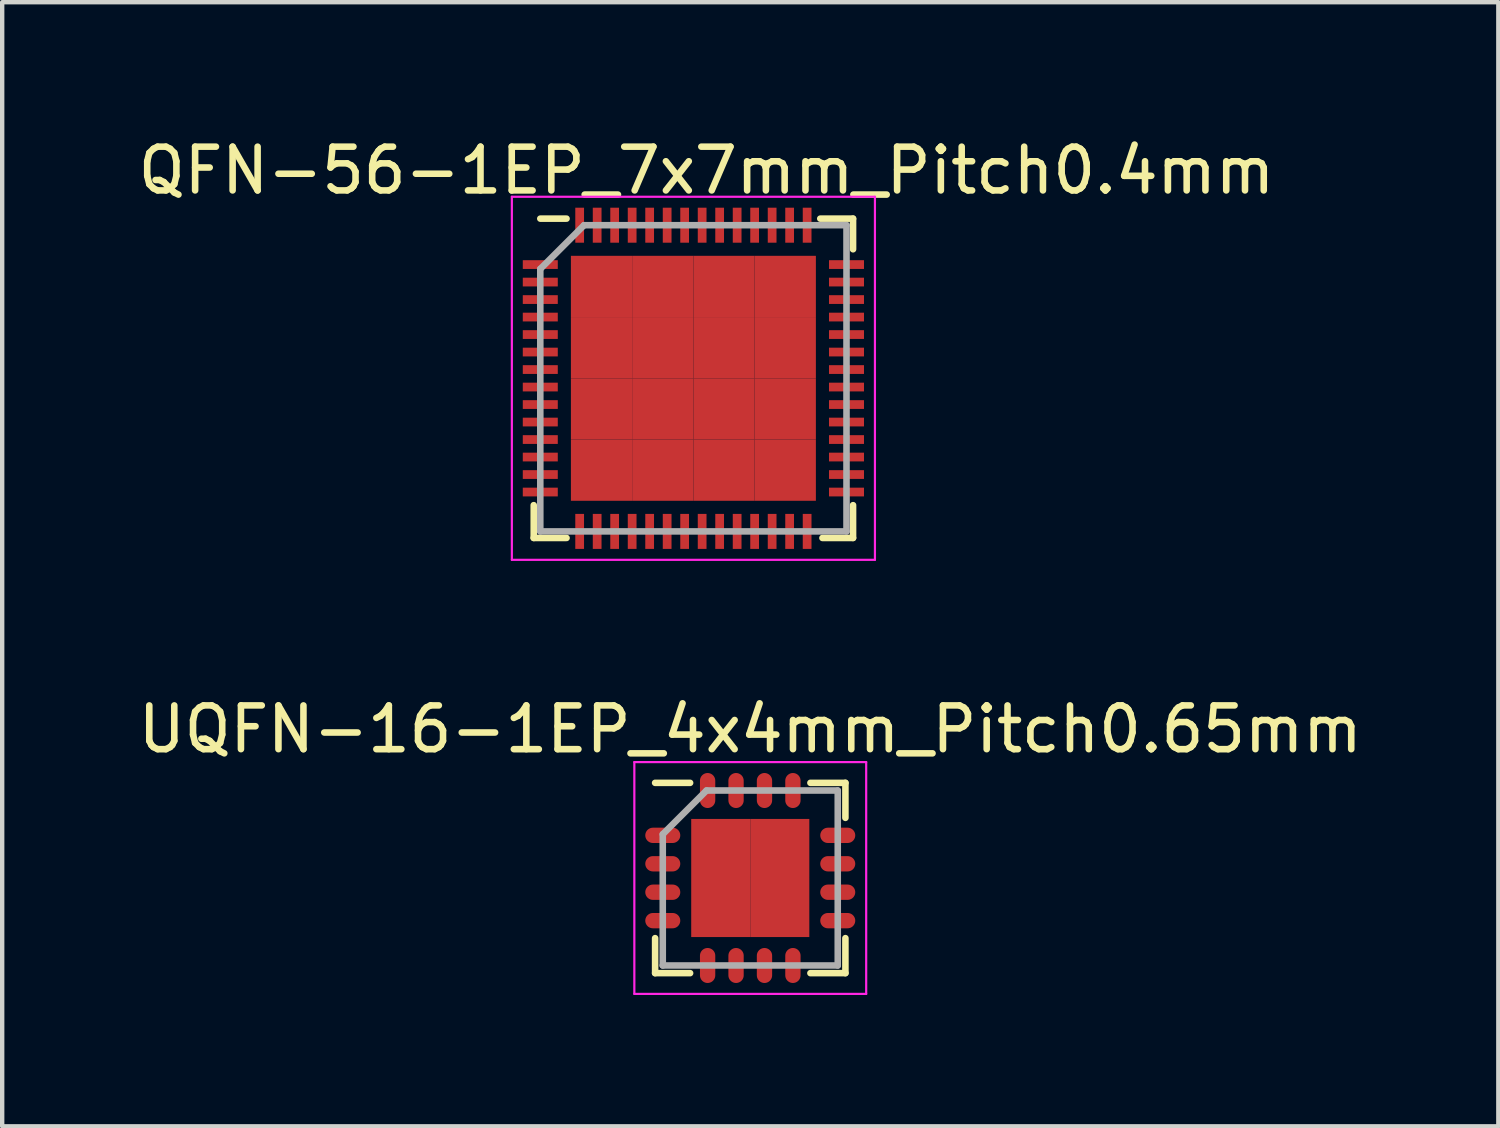
<source format=kicad_pcb>
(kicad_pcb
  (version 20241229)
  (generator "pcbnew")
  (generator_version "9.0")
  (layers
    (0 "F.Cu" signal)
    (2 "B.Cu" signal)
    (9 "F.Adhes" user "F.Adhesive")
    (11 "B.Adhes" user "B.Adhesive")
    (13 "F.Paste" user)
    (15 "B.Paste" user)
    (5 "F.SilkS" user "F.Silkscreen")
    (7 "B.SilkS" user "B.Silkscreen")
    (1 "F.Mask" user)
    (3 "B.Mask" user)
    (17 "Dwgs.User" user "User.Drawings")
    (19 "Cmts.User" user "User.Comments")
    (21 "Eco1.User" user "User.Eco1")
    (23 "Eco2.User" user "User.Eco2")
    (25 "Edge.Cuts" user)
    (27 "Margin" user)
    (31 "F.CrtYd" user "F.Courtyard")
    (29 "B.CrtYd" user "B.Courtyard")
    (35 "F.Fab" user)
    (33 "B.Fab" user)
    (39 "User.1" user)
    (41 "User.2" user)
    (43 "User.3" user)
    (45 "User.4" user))
  (footprint "QFN-56-1EP_7x7mm_Pitch0.4mm"
    (layer "F.Cu")
    (at 12.801 5.598)
    (property "Reference" "QFN-56-1EP_7x7mm_Pitch0.4mm" (at 0.3 -4.75 0) (layer "F.SilkS") (effects (font (size 1 1) (thickness 0.15))))
    (attr smd)
    (fp_line (start -3.65 2.9) (end -3.65 3.65) (stroke (width 0.15) (type solid)) (layer "F.SilkS"))
    (fp_line (start -3.65 3.65) (end -2.9 3.65) (stroke (width 0.15) (type solid)) (layer "F.SilkS"))
    (fp_line (start -3.5 -3.65) (end -2.9 -3.65) (stroke (width 0.15) (type solid)) (layer "F.SilkS"))
    (fp_line (start 3.65 -3.65) (end 2.9 -3.65) (stroke (width 0.15) (type solid)) (layer "F.SilkS"))
    (fp_line (start 3.65 -3.65) (end 3.65 -2.95) (stroke (width 0.15) (type solid)) (layer "F.SilkS"))
    (fp_line (start 3.65 2.9) (end 3.65 3.65) (stroke (width 0.15) (type solid)) (layer "F.SilkS"))
    (fp_line (start 3.65 3.65) (end 2.95 3.65) (stroke (width 0.15) (type solid)) (layer "F.SilkS"))
    (fp_line (start -4.15 -4.15) (end -4.15 4.15) (stroke (width 0.05) (type solid)) (layer "F.CrtYd"))
    (fp_line (start -4.15 -4.15) (end 4.15 -4.15) (stroke (width 0.05) (type solid)) (layer "F.CrtYd"))
    (fp_line (start -4.15 4.15) (end 4.15 4.15) (stroke (width 0.05) (type solid)) (layer "F.CrtYd"))
    (fp_line (start 4.15 -4.15) (end 4.15 4.15) (stroke (width 0.05) (type solid)) (layer "F.CrtYd"))
    (fp_line (start -3.5 -2.5) (end -2.5 -3.5) (stroke (width 0.15) (type solid)) (layer "F.Fab"))
    (fp_line (start -3.5 3.5) (end -3.5 -2.5) (stroke (width 0.15) (type solid)) (layer "F.Fab"))
    (fp_line (start -2.5 -3.5) (end 3.5 -3.5) (stroke (width 0.15) (type solid)) (layer "F.Fab"))
    (fp_line (start 3.5 -3.5) (end 3.5 3.5) (stroke (width 0.15) (type solid)) (layer "F.Fab"))
    (fp_line (start 3.5 3.5) (end -3.5 3.5) (stroke (width 0.15) (type solid)) (layer "F.Fab"))
    (pad "1" smd rect (at -3.5 -2.6) (size 0.8 0.2) (layers "F.Cu" "F.Mask" "F.Paste"))
    (pad "2" smd rect (at -3.5 -2.2) (size 0.8 0.2) (layers "F.Cu" "F.Mask" "F.Paste"))
    (pad "3" smd rect (at -3.5 -1.8) (size 0.8 0.2) (layers "F.Cu" "F.Mask" "F.Paste"))
    (pad "4" smd rect (at -3.5 -1.4) (size 0.8 0.2) (layers "F.Cu" "F.Mask" "F.Paste"))
    (pad "5" smd rect (at -3.5 -1) (size 0.8 0.2) (layers "F.Cu" "F.Mask" "F.Paste"))
    (pad "6" smd rect (at -3.5 -0.6) (size 0.8 0.2) (layers "F.Cu" "F.Mask" "F.Paste"))
    (pad "7" smd rect (at -3.5 -0.2) (size 0.8 0.2) (layers "F.Cu" "F.Mask" "F.Paste"))
    (pad "8" smd rect (at -3.5 0.2) (size 0.8 0.2) (layers "F.Cu" "F.Mask" "F.Paste"))
    (pad "9" smd rect (at -3.5 0.6) (size 0.8 0.2) (layers "F.Cu" "F.Mask" "F.Paste"))
    (pad "10" smd rect (at -3.5 1) (size 0.8 0.2) (layers "F.Cu" "F.Mask" "F.Paste"))
    (pad "11" smd rect (at -3.5 1.4) (size 0.8 0.2) (layers "F.Cu" "F.Mask" "F.Paste"))
    (pad "12" smd rect (at -3.5 1.8) (size 0.8 0.2) (layers "F.Cu" "F.Mask" "F.Paste"))
    (pad "13" smd rect (at -3.5 2.2) (size 0.8 0.2) (layers "F.Cu" "F.Mask" "F.Paste"))
    (pad "14" smd rect (at -3.5 2.6) (size 0.8 0.2) (layers "F.Cu" "F.Mask" "F.Paste"))
    (pad "15" smd rect (at -2.6 3.5 90) (size 0.8 0.2) (layers "F.Cu" "F.Mask" "F.Paste"))
    (pad "16" smd rect (at -2.2 3.5 90) (size 0.8 0.2) (layers "F.Cu" "F.Mask" "F.Paste"))
    (pad "17" smd rect (at -1.8 3.5 90) (size 0.8 0.2) (layers "F.Cu" "F.Mask" "F.Paste"))
    (pad "18" smd rect (at -1.4 3.5 90) (size 0.8 0.2) (layers "F.Cu" "F.Mask" "F.Paste"))
    (pad "19" smd rect (at -1 3.5 90) (size 0.8 0.2) (layers "F.Cu" "F.Mask" "F.Paste"))
    (pad "20" smd rect (at -0.6 3.5 90) (size 0.8 0.2) (layers "F.Cu" "F.Mask" "F.Paste"))
    (pad "21" smd rect (at -0.2 3.5 90) (size 0.8 0.2) (layers "F.Cu" "F.Mask" "F.Paste"))
    (pad "22" smd rect (at 0.2 3.5 90) (size 0.8 0.2) (layers "F.Cu" "F.Mask" "F.Paste"))
    (pad "23" smd rect (at 0.6 3.5 90) (size 0.8 0.2) (layers "F.Cu" "F.Mask" "F.Paste"))
    (pad "24" smd rect (at 1 3.5 90) (size 0.8 0.2) (layers "F.Cu" "F.Mask" "F.Paste"))
    (pad "25" smd rect (at 1.4 3.5 90) (size 0.8 0.2) (layers "F.Cu" "F.Mask" "F.Paste"))
    (pad "26" smd rect (at 1.8 3.5 90) (size 0.8 0.2) (layers "F.Cu" "F.Mask" "F.Paste"))
    (pad "27" smd rect (at 2.2 3.5 90) (size 0.8 0.2) (layers "F.Cu" "F.Mask" "F.Paste"))
    (pad "28" smd rect (at 2.6 3.5 90) (size 0.8 0.2) (layers "F.Cu" "F.Mask" "F.Paste"))
    (pad "29" smd rect (at 3.5 2.6) (size 0.8 0.2) (layers "F.Cu" "F.Mask" "F.Paste"))
    (pad "30" smd rect (at 3.5 2.2) (size 0.8 0.2) (layers "F.Cu" "F.Mask" "F.Paste"))
    (pad "31" smd rect (at 3.5 1.8) (size 0.8 0.2) (layers "F.Cu" "F.Mask" "F.Paste"))
    (pad "32" smd rect (at 3.5 1.4) (size 0.8 0.2) (layers "F.Cu" "F.Mask" "F.Paste"))
    (pad "33" smd rect (at 3.5 1) (size 0.8 0.2) (layers "F.Cu" "F.Mask" "F.Paste"))
    (pad "34" smd rect (at 3.5 0.6) (size 0.8 0.2) (layers "F.Cu" "F.Mask" "F.Paste"))
    (pad "35" smd rect (at 3.5 0.2) (size 0.8 0.2) (layers "F.Cu" "F.Mask" "F.Paste"))
    (pad "36" smd rect (at 3.5 -0.2) (size 0.8 0.2) (layers "F.Cu" "F.Mask" "F.Paste"))
    (pad "37" smd rect (at 3.5 -0.6) (size 0.8 0.2) (layers "F.Cu" "F.Mask" "F.Paste"))
    (pad "38" smd rect (at 3.5 -1) (size 0.8 0.2) (layers "F.Cu" "F.Mask" "F.Paste"))
    (pad "39" smd rect (at 3.5 -1.4) (size 0.8 0.2) (layers "F.Cu" "F.Mask" "F.Paste"))
    (pad "40" smd rect (at 3.5 -1.8) (size 0.8 0.2) (layers "F.Cu" "F.Mask" "F.Paste"))
    (pad "41" smd rect (at 3.5 -2.2) (size 0.8 0.2) (layers "F.Cu" "F.Mask" "F.Paste"))
    (pad "42" smd rect (at 3.5 -2.6) (size 0.8 0.2) (layers "F.Cu" "F.Mask" "F.Paste"))
    (pad "43" smd rect (at 2.6 -3.5 90) (size 0.8 0.2) (layers "F.Cu" "F.Mask" "F.Paste"))
    (pad "44" smd rect (at 2.2 -3.5 90) (size 0.8 0.2) (layers "F.Cu" "F.Mask" "F.Paste"))
    (pad "45" smd rect (at 1.8 -3.5 90) (size 0.8 0.2) (layers "F.Cu" "F.Mask" "F.Paste"))
    (pad "46" smd rect (at 1.4 -3.5 90) (size 0.8 0.2) (layers "F.Cu" "F.Mask" "F.Paste"))
    (pad "47" smd rect (at 1 -3.5 90) (size 0.8 0.2) (layers "F.Cu" "F.Mask" "F.Paste"))
    (pad "48" smd rect (at 0.6 -3.5 90) (size 0.8 0.2) (layers "F.Cu" "F.Mask" "F.Paste"))
    (pad "49" smd rect (at 0.2 -3.5 90) (size 0.8 0.2) (layers "F.Cu" "F.Mask" "F.Paste"))
    (pad "50" smd rect (at -0.2 -3.5 90) (size 0.8 0.2) (layers "F.Cu" "F.Mask" "F.Paste"))
    (pad "51" smd rect (at -0.6 -3.5 90) (size 0.8 0.2) (layers "F.Cu" "F.Mask" "F.Paste"))
    (pad "52" smd rect (at -1 -3.5 90) (size 0.8 0.2) (layers "F.Cu" "F.Mask" "F.Paste"))
    (pad "53" smd rect (at -1.4 -3.5 90) (size 0.8 0.2) (layers "F.Cu" "F.Mask" "F.Paste"))
    (pad "54" smd rect (at -1.8 -3.5 90) (size 0.8 0.2) (layers "F.Cu" "F.Mask" "F.Paste"))
    (pad "55" smd rect (at -2.2 -3.5 90) (size 0.8 0.2) (layers "F.Cu" "F.Mask" "F.Paste"))
    (pad "56" smd rect (at -2.6 -3.5 90) (size 0.8 0.2) (layers "F.Cu" "F.Mask" "F.Paste"))
    (pad "57" smd rect (at -2.1 -2.1) (size 1.4 1.4) (layers "F.Cu" "F.Mask" "F.Paste"))
    (pad "57" smd rect (at -2.1 -0.7) (size 1.4 1.4) (layers "F.Cu" "F.Mask" "F.Paste"))
    (pad "57" smd rect (at -2.1 0.7) (size 1.4 1.4) (layers "F.Cu" "F.Mask" "F.Paste"))
    (pad "57" smd rect (at -2.1 2.1) (size 1.4 1.4) (layers "F.Cu" "F.Mask" "F.Paste"))
    (pad "57" smd rect (at -0.7 -2.1) (size 1.4 1.4) (layers "F.Cu" "F.Mask" "F.Paste"))
    (pad "57" smd rect (at -0.7 -0.7) (size 1.4 1.4) (layers "F.Cu" "F.Mask" "F.Paste"))
    (pad "57" smd rect (at -0.7 0.7) (size 1.4 1.4) (layers "F.Cu" "F.Mask" "F.Paste"))
    (pad "57" smd rect (at -0.7 2.1) (size 1.4 1.4) (layers "F.Cu" "F.Mask" "F.Paste"))
    (pad "57" smd rect (at 0.7 -2.1) (size 1.4 1.4) (layers "F.Cu" "F.Mask" "F.Paste"))
    (pad "57" smd rect (at 0.7 -0.7) (size 1.4 1.4) (layers "F.Cu" "F.Mask" "F.Paste"))
    (pad "57" smd rect (at 0.7 0.7) (size 1.4 1.4) (layers "F.Cu" "F.Mask" "F.Paste"))
    (pad "57" smd rect (at 0.7 2.1) (size 1.4 1.4) (layers "F.Cu" "F.Mask" "F.Paste"))
    (pad "57" smd rect (at 2.1 -2.1) (size 1.4 1.4) (layers "F.Cu" "F.Mask" "F.Paste"))
    (pad "57" smd rect (at 2.1 -0.7) (size 1.4 1.4) (layers "F.Cu" "F.Mask" "F.Paste"))
    (pad "57" smd rect (at 2.1 0.7) (size 1.4 1.4) (layers "F.Cu" "F.Mask" "F.Paste"))
    (pad "57" smd rect (at 2.1 2.1) (size 1.4 1.4) (layers "F.Cu" "F.Mask" "F.Paste")))
  (footprint "UQFN-16-1EP_4x4mm_Pitch0.65mm"
    (layer "F.Cu")
    (at 14.101 17.021)
    (property "Reference" "UQFN-16-1EP_4x4mm_Pitch0.65mm" (at 0 -3.4 0) (layer "F.SilkS") (effects (font (size 1 1) (thickness 0.15))))
    (attr smd)
    (fp_line (start -2.175 -2.175) (end -1.375 -2.175) (stroke (width 0.15) (type solid)) (layer "F.SilkS"))
    (fp_line (start -2.175 2.175) (end -2.175 1.375) (stroke (width 0.15) (type solid)) (layer "F.SilkS"))
    (fp_line (start -2.175 2.175) (end -1.375 2.175) (stroke (width 0.15) (type solid)) (layer "F.SilkS"))
    (fp_line (start 2.175 -2.175) (end 1.375 -2.175) (stroke (width 0.15) (type solid)) (layer "F.SilkS"))
    (fp_line (start 2.175 -2.175) (end 2.175 -1.375) (stroke (width 0.15) (type solid)) (layer "F.SilkS"))
    (fp_line (start 2.175 2.175) (end 1.375 2.175) (stroke (width 0.15) (type solid)) (layer "F.SilkS"))
    (fp_line (start 2.175 2.175) (end 2.175 1.375) (stroke (width 0.15) (type solid)) (layer "F.SilkS"))
    (fp_line (start -2.65 -2.65) (end -2.65 2.65) (stroke (width 0.05) (type solid)) (layer "F.CrtYd"))
    (fp_line (start -2.65 -2.65) (end 2.65 -2.65) (stroke (width 0.05) (type solid)) (layer "F.CrtYd"))
    (fp_line (start -2.65 2.65) (end 2.65 2.65) (stroke (width 0.05) (type solid)) (layer "F.CrtYd"))
    (fp_line (start 2.65 -2.65) (end 2.65 2.65) (stroke (width 0.05) (type solid)) (layer "F.CrtYd"))
    (fp_line (start -2 -1) (end -1 -2) (stroke (width 0.15) (type solid)) (layer "F.Fab"))
    (fp_line (start -2 2) (end -2 -1) (stroke (width 0.15) (type solid)) (layer "F.Fab"))
    (fp_line (start -1 -2) (end 2 -2) (stroke (width 0.15) (type solid)) (layer "F.Fab"))
    (fp_line (start 2 -2) (end 2 2) (stroke (width 0.15) (type solid)) (layer "F.Fab"))
    (fp_line (start 2 2) (end -2 2) (stroke (width 0.15) (type solid)) (layer "F.Fab"))
    (pad "1" smd oval (at -2 -0.975) (size 0.8 0.35) (layers "F.Cu" "F.Mask" "F.Paste"))
    (pad "2" smd oval (at -2 -0.325) (size 0.8 0.35) (layers "F.Cu" "F.Mask" "F.Paste"))
    (pad "3" smd oval (at -2 0.325) (size 0.8 0.35) (layers "F.Cu" "F.Mask" "F.Paste"))
    (pad "4" smd oval (at -2 0.975) (size 0.8 0.35) (layers "F.Cu" "F.Mask" "F.Paste"))
    (pad "5" smd oval (at -0.975 2 90) (size 0.8 0.35) (layers "F.Cu" "F.Mask" "F.Paste"))
    (pad "6" smd oval (at -0.325 2 90) (size 0.8 0.35) (layers "F.Cu" "F.Mask" "F.Paste"))
    (pad "7" smd oval (at 0.325 2 90) (size 0.8 0.35) (layers "F.Cu" "F.Mask" "F.Paste"))
    (pad "8" smd oval (at 0.975 2 90) (size 0.8 0.35) (layers "F.Cu" "F.Mask" "F.Paste"))
    (pad "9" smd oval (at 2 0.975) (size 0.8 0.35) (layers "F.Cu" "F.Mask" "F.Paste"))
    (pad "10" smd oval (at 2 0.325) (size 0.8 0.35) (layers "F.Cu" "F.Mask" "F.Paste"))
    (pad "11" smd oval (at 2 -0.325) (size 0.8 0.35) (layers "F.Cu" "F.Mask" "F.Paste"))
    (pad "12" smd oval (at 2 -0.975) (size 0.8 0.35) (layers "F.Cu" "F.Mask" "F.Paste"))
    (pad "13" smd oval (at 0.975 -2 90) (size 0.8 0.35) (layers "F.Cu" "F.Mask" "F.Paste"))
    (pad "14" smd oval (at 0.325 -2 90) (size 0.8 0.35) (layers "F.Cu" "F.Mask" "F.Paste"))
    (pad "15" smd oval (at -0.325 -2 90) (size 0.8 0.35) (layers "F.Cu" "F.Mask" "F.Paste"))
    (pad "16" smd oval (at -0.975 -2 90) (size 0.8 0.35) (layers "F.Cu" "F.Mask" "F.Paste"))
    (pad "17" smd rect (at -0.675 -0.675) (size 1.35 1.35) (layers "F.Cu" "F.Mask" "F.Paste"))
    (pad "17" smd rect (at -0.675 0.675) (size 1.35 1.35) (layers "F.Cu" "F.Mask" "F.Paste"))
    (pad "17" smd rect (at 0.675 -0.675) (size 1.35 1.35) (layers "F.Cu" "F.Mask" "F.Paste"))
    (pad "17" smd rect (at 0.675 0.675) (size 1.35 1.35) (layers "F.Cu" "F.Mask" "F.Paste")))
  (gr_rect
    (start -3 -3)
    (end 31.202 22.697)
    (stroke (width 0.1) (type default))
    (fill no)
    (layer "Edge.Cuts")))
</source>
